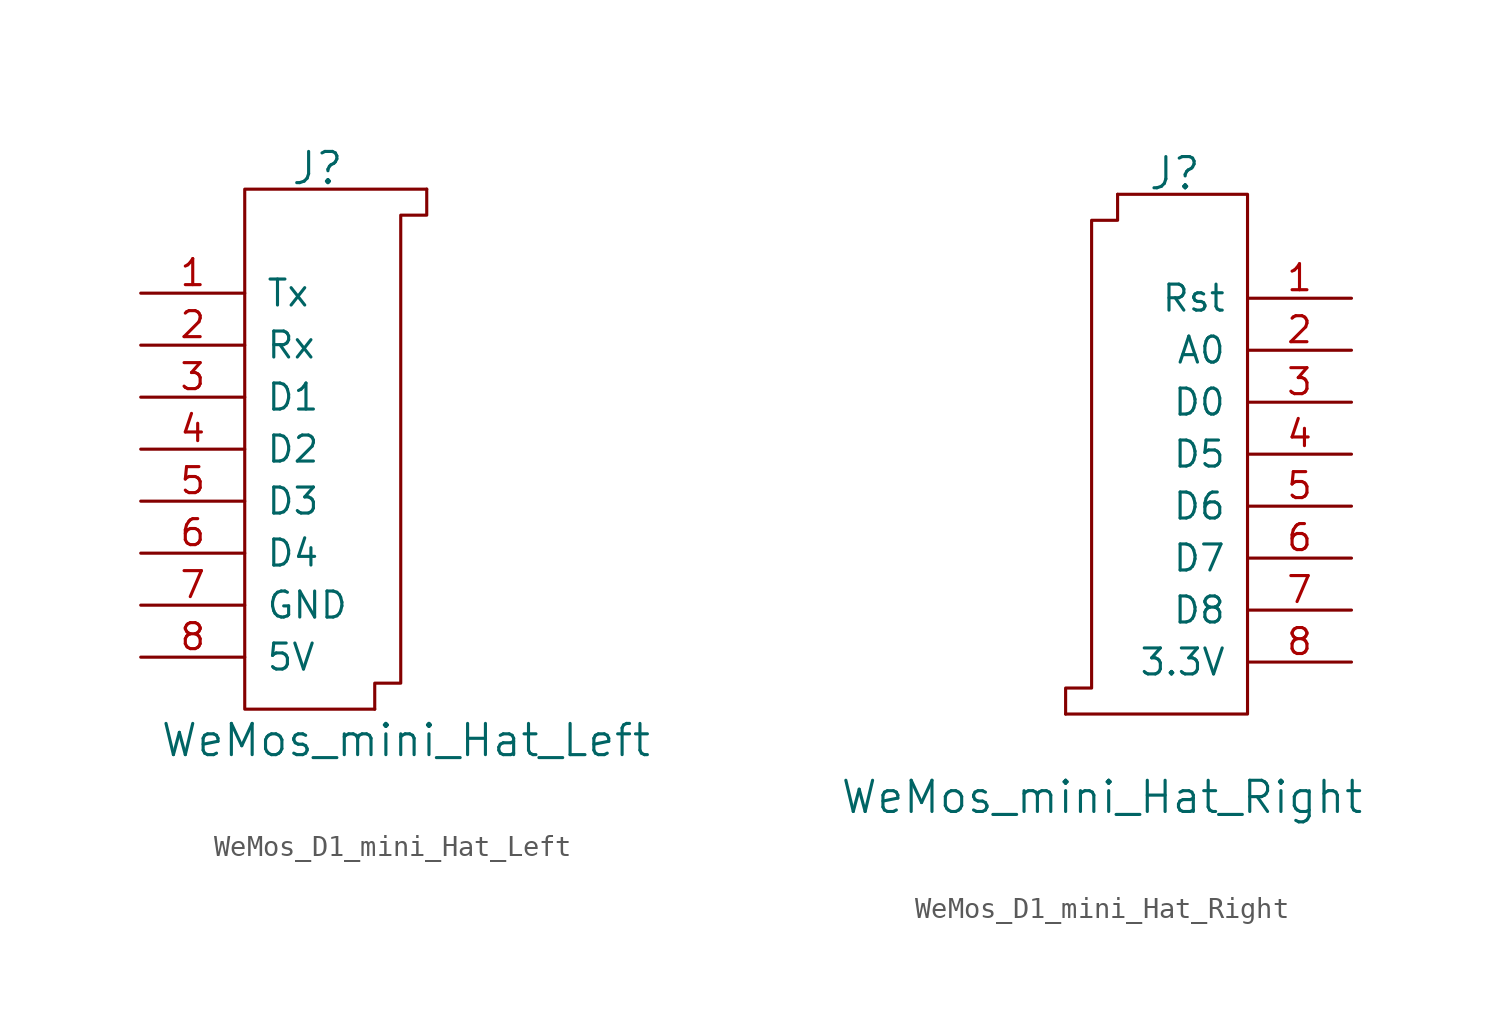
<source format=kicad_sym>
(kicad_symbol_lib
  (version 20231120)
  (generator "kicad_symbol_editor")
  (generator_version "8.0")
  (symbol "WeMos_D1_mini_Hat_Left"
    (pin_names
      (offset 1.016))
    (property "Reference" "J"
      (at -0.254 13.716 0)
      (do_not_autoplace)
      (effects (font (size 1.524 1.524))))
    (property "Value" "WeMos_mini_Hat_Left"
      (at 4.064 -14.224 0)
      (do_not_autoplace)
      (effects (font (size 1.524 1.524))))
    (symbol "WeMos_D1_mini_Hat_Left_0_1"
      (polyline (pts (xy 2.54 -12.7) (xy -3.81 -12.7) (xy -3.81 12.7) (xy 5.08 12.7)) (stroke (width 0) (type default)) (fill (type none)))
      (polyline (pts (xy 2.54 -12.7) (xy 2.54 -11.43) (xy 3.81 -11.43) (xy 3.81 11.43) (xy 5.08 11.43) (xy 5.08 12.7)) (stroke (width 0) (type default)) (fill (type none))))
    (symbol "WeMos_D1_mini_Hat_Left_1_1"
      (pin bidirectional line (at -8.89 7.62 0) (length 5.08) (name "Tx" (effects (font (size 1.27 1.27)))) (number "1" (effects (font (size 1.27 1.27)))))
      (pin bidirectional line (at -8.89 5.08 0) (length 5.08) (name "Rx" (effects (font (size 1.27 1.27)))) (number "2" (effects (font (size 1.27 1.27)))))
      (pin bidirectional line (at -8.89 2.54 0) (length 5.08) (name "D1" (effects (font (size 1.27 1.27)))) (number "3" (effects (font (size 1.27 1.27)))))
      (pin bidirectional line (at -8.89 0 0) (length 5.08) (name "D2" (effects (font (size 1.27 1.27)))) (number "4" (effects (font (size 1.27 1.27)))))
      (pin bidirectional line (at -8.89 -2.54 0) (length 5.08) (name "D3" (effects (font (size 1.27 1.27)))) (number "5" (effects (font (size 1.27 1.27)))))
      (pin bidirectional line (at -8.89 -5.08 0) (length 5.08) (name "D4" (effects (font (size 1.27 1.27)))) (number "6" (effects (font (size 1.27 1.27)))))
      (pin power_in line (at -8.89 -7.62 0) (length 5.08) (name "GND" (effects (font (size 1.27 1.27)))) (number "7" (effects (font (size 1.27 1.27)))))
      (pin power_in line (at -8.89 -10.16 0) (length 5.08) (name "5V" (effects (font (size 1.27 1.27)))) (number "8" (effects (font (size 1.27 1.27)))))))
  (symbol "WeMos_D1_mini_Hat_Right"
    (pin_names
      (offset 1.016))
    (property "Reference" "J"
      (at 0.254 13.716 0)
      (do_not_autoplace)
      (effects (font (size 1.524 1.524))))
    (property "Value" "WeMos_mini_Hat_Right"
      (at -3.302 -16.764 0)
      (do_not_autoplace)
      (effects (font (size 1.524 1.524))))
    (symbol "WeMos_D1_mini_Hat_Right_0_1"
      (polyline (pts (xy -5.08 -12.7) (xy 3.81 -12.7) (xy 3.81 12.7) (xy -2.54 12.7)) (stroke (width 0) (type default)) (fill (type none)))
      (polyline (pts (xy -5.08 -12.7) (xy -5.08 -11.43) (xy -3.81 -11.43) (xy -3.81 11.43) (xy -2.54 11.43) (xy -2.54 12.7)) (stroke (width 0) (type default)) (fill (type none))))
    (symbol "WeMos_D1_mini_Hat_Right_1_1"
      (pin bidirectional line (at 8.89 7.62 180) (length 5.08) (name "Rst" (effects (font (size 1.27 1.27)))) (number "1" (effects (font (size 1.27 1.27)))))
      (pin bidirectional line (at 8.89 5.08 180) (length 5.08) (name "A0" (effects (font (size 1.27 1.27)))) (number "2" (effects (font (size 1.27 1.27)))))
      (pin bidirectional line (at 8.89 2.54 180) (length 5.08) (name "D0" (effects (font (size 1.27 1.27)))) (number "3" (effects (font (size 1.27 1.27)))))
      (pin bidirectional line (at 8.89 0 180) (length 5.08) (name "D5" (effects (font (size 1.27 1.27)))) (number "4" (effects (font (size 1.27 1.27)))))
      (pin bidirectional line (at 8.89 -2.54 180) (length 5.08) (name "D6" (effects (font (size 1.27 1.27)))) (number "5" (effects (font (size 1.27 1.27)))))
      (pin bidirectional line (at 8.89 -5.08 180) (length 5.08) (name "D7" (effects (font (size 1.27 1.27)))) (number "6" (effects (font (size 1.27 1.27)))))
      (pin bidirectional line (at 8.89 -7.62 180) (length 5.08) (name "D8" (effects (font (size 1.27 1.27)))) (number "7" (effects (font (size 1.27 1.27)))))
      (pin power_out line (at 8.89 -10.16 180) (length 5.08) (name "3.3V" (effects (font (size 1.27 1.27)))) (number "8" (effects (font (size 1.27 1.27))))))))
</source>
